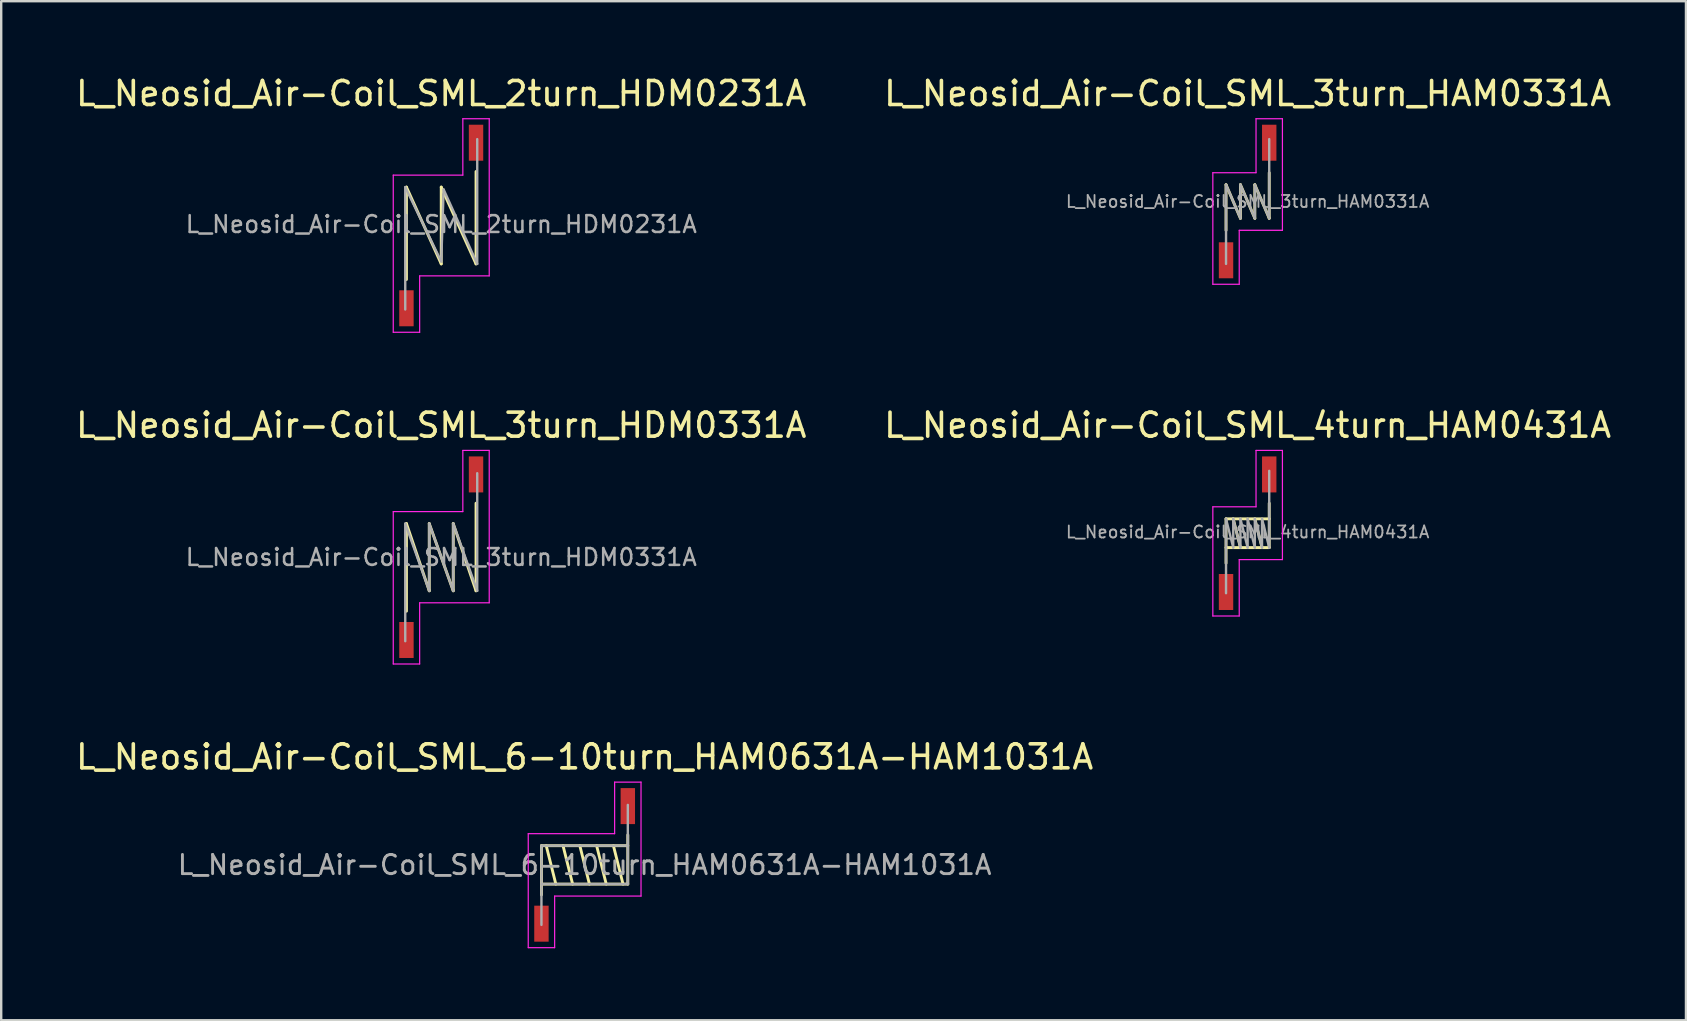
<source format=kicad_pcb>
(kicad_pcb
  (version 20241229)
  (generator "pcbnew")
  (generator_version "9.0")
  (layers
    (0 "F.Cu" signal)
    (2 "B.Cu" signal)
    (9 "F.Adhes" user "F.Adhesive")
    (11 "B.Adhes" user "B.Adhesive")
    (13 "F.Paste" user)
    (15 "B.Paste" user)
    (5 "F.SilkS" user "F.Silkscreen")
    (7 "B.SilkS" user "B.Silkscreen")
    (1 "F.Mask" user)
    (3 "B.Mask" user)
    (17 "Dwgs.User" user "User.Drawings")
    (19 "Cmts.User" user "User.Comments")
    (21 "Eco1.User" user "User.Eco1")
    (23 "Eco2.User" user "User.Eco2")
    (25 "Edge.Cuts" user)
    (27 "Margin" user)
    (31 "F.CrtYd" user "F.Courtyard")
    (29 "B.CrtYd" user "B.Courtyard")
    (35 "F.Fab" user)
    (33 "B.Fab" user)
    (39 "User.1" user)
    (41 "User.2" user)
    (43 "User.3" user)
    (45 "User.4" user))
  (footprint "L_Neosid_Air-Coil_SML_3turn_HAM0331A"
    (layer "F.Cu")
    (at 48.946 5.348)
    (property "Reference" "L_Neosid_Air-Coil_SML_3turn_HAM0331A" (at 0 -4.5 0) (layer "F.SilkS") (effects (font (size 1 1) (thickness 0.15))))
    (attr smd)
    (fp_line (start -0.9 -0.7) (end -0.3 0.7) (stroke (width 0.12) (type solid)) (layer "F.SilkS"))
    (fp_line (start -0.9 1.2) (end -0.9 -0.7) (stroke (width 0.12) (type solid)) (layer "F.SilkS"))
    (fp_line (start -0.3 -0.7) (end 0.3 0.7) (stroke (width 0.12) (type solid)) (layer "F.SilkS"))
    (fp_line (start -0.3 0.7) (end -0.3 -0.7) (stroke (width 0.12) (type solid)) (layer "F.SilkS"))
    (fp_line (start 0.3 -0.7) (end 0.9 0.7) (stroke (width 0.12) (type solid)) (layer "F.SilkS"))
    (fp_line (start 0.3 0.7) (end 0.3 -0.7) (stroke (width 0.12) (type solid)) (layer "F.SilkS"))
    (fp_line (start 0.9 -1.2) (end 0.9 0.7) (stroke (width 0.12) (type solid)) (layer "F.SilkS"))
    (fp_line (start -1.45 -1.2) (end -1.45 3.45) (stroke (width 0.05) (type solid)) (layer "F.CrtYd"))
    (fp_line (start -1.45 3.45) (end -0.35 3.45) (stroke (width 0.05) (type solid)) (layer "F.CrtYd"))
    (fp_line (start -0.35 1.2) (end 1.45 1.2) (stroke (width 0.05) (type solid)) (layer "F.CrtYd"))
    (fp_line (start -0.35 3.45) (end -0.35 1.2) (stroke (width 0.05) (type solid)) (layer "F.CrtYd"))
    (fp_line (start 0.35 -3.45) (end 0.35 -1.2) (stroke (width 0.05) (type solid)) (layer "F.CrtYd"))
    (fp_line (start 0.35 -1.2) (end -1.45 -1.2) (stroke (width 0.05) (type solid)) (layer "F.CrtYd"))
    (fp_line (start 1.45 -3.45) (end 0.35 -3.45) (stroke (width 0.05) (type solid)) (layer "F.CrtYd"))
    (fp_line (start 1.45 1.2) (end 1.45 -3.45) (stroke (width 0.05) (type solid)) (layer "F.CrtYd"))
    (fp_line (start -0.9 -0.7) (end -0.3 0.7) (stroke (width 0.1) (type solid)) (layer "F.Fab"))
    (fp_line (start -0.9 2.6) (end -0.9 -0.7) (stroke (width 0.1) (type solid)) (layer "F.Fab"))
    (fp_line (start -0.3 -0.7) (end 0.3 0.7) (stroke (width 0.1) (type solid)) (layer "F.Fab"))
    (fp_line (start -0.3 0.7) (end -0.3 -0.7) (stroke (width 0.1) (type solid)) (layer "F.Fab"))
    (fp_line (start 0.3 -0.7) (end 0.9 0.7) (stroke (width 0.1) (type solid)) (layer "F.Fab"))
    (fp_line (start 0.3 0.7) (end 0.3 -0.7) (stroke (width 0.1) (type solid)) (layer "F.Fab"))
    (fp_line (start 0.9 0.7) (end 0.9 -2.6) (stroke (width 0.1) (type solid)) (layer "F.Fab"))
    (fp_text user "${REFERENCE}" (at 0 0 0) (layer "F.Fab") (effects (font (size 0.5 0.5) (thickness 0.075))))
    (pad "1" smd rect (at -0.9 2.45) (size 0.6 1.5) (layers "F.Cu" "F.Mask" "F.Paste"))
    (pad "2" smd rect (at 0.9 -2.45) (size 0.6 1.5) (layers "F.Cu" "F.Mask" "F.Paste")))
  (footprint "L_Neosid_Air-Coil_SML_3turn_HDM0331A"
    (layer "F.Cu")
    (at 15.339 20.172)
    (property "Reference" "L_Neosid_Air-Coil_SML_3turn_HDM0331A" (at 0 -5.5 0) (layer "F.SilkS") (effects (font (size 1 1) (thickness 0.15))))
    (attr smd)
    (fp_line (start -1.45 -1.4) (end -1.45 2.25) (stroke (width 0.12) (type solid)) (layer "F.SilkS"))
    (fp_line (start -1.45 -1.4) (end -0.5 1.4) (stroke (width 0.12) (type solid)) (layer "F.SilkS"))
    (fp_line (start -0.5 -1.4) (end -0.5 1.4) (stroke (width 0.12) (type solid)) (layer "F.SilkS"))
    (fp_line (start -0.5 -1.4) (end 0.5 1.4) (stroke (width 0.12) (type solid)) (layer "F.SilkS"))
    (fp_line (start 0.5 -1.4) (end 0.5 1.4) (stroke (width 0.12) (type solid)) (layer "F.SilkS"))
    (fp_line (start 0.5 -1.4) (end 1.45 1.4) (stroke (width 0.12) (type solid)) (layer "F.SilkS"))
    (fp_line (start 1.45 1.4) (end 1.45 -2.25) (stroke (width 0.12) (type solid)) (layer "F.SilkS"))
    (fp_line (start -2 -1.9) (end -2 4.45) (stroke (width 0.05) (type solid)) (layer "F.CrtYd"))
    (fp_line (start -2 4.45) (end -0.9 4.45) (stroke (width 0.05) (type solid)) (layer "F.CrtYd"))
    (fp_line (start -0.9 1.9) (end 2 1.9) (stroke (width 0.05) (type solid)) (layer "F.CrtYd"))
    (fp_line (start -0.9 4.45) (end -0.9 1.9) (stroke (width 0.05) (type solid)) (layer "F.CrtYd"))
    (fp_line (start 0.9 -4.45) (end 0.9 -1.9) (stroke (width 0.05) (type solid)) (layer "F.CrtYd"))
    (fp_line (start 0.9 -1.9) (end -2 -1.9) (stroke (width 0.05) (type solid)) (layer "F.CrtYd"))
    (fp_line (start 2 -4.45) (end 0.9 -4.45) (stroke (width 0.05) (type solid)) (layer "F.CrtYd"))
    (fp_line (start 2 1.9) (end 2 -4.45) (stroke (width 0.05) (type solid)) (layer "F.CrtYd"))
    (fp_line (start -1.5 -1.4) (end -0.5 1.4) (stroke (width 0.1) (type solid)) (layer "F.Fab"))
    (fp_line (start -1.5 3.5) (end -1.5 -1.4) (stroke (width 0.1) (type solid)) (layer "F.Fab"))
    (fp_line (start -0.5 -1.4) (end 0.5 1.4) (stroke (width 0.1) (type solid)) (layer "F.Fab"))
    (fp_line (start -0.5 1.4) (end -0.5 -1.4) (stroke (width 0.1) (type solid)) (layer "F.Fab"))
    (fp_line (start 0.5 -1.4) (end 1.5 1.4) (stroke (width 0.1) (type solid)) (layer "F.Fab"))
    (fp_line (start 0.5 1.4) (end 0.5 -1.4) (stroke (width 0.1) (type solid)) (layer "F.Fab"))
    (fp_line (start 1.5 1.4) (end 1.5 -3.5) (stroke (width 0.1) (type solid)) (layer "F.Fab"))
    (fp_text user "${REFERENCE}" (at 0 0 0) (layer "F.Fab") (effects (font (size 0.7 0.7) (thickness 0.105))))
    (pad "1" smd rect (at -1.45 3.45) (size 0.6 1.5) (layers "F.Cu" "F.Mask" "F.Paste"))
    (pad "2" smd rect (at 1.45 -3.45) (size 0.6 1.5) (layers "F.Cu" "F.Mask" "F.Paste")))
  (footprint "L_Neosid_Air-Coil_SML_4turn_HAM0431A"
    (layer "F.Cu")
    (at 48.946 19.172)
    (property "Reference" "L_Neosid_Air-Coil_SML_4turn_HAM0431A" (at 0 -4.5 0) (layer "F.SilkS") (effects (font (size 1 1) (thickness 0.15))))
    (attr smd)
    (fp_line (start -0.9 -0.6) (end 0.9 -0.6) (stroke (width 0.12) (type solid)) (layer "F.SilkS"))
    (fp_line (start -0.9 1.25) (end -0.9 -0.6) (stroke (width 0.12) (type solid)) (layer "F.SilkS"))
    (fp_line (start -0.6 -0.6) (end -0.3 0.6) (stroke (width 0.12) (type solid)) (layer "F.SilkS"))
    (fp_line (start 0.3 -0.6) (end 0.6 0.6) (stroke (width 0.12) (type solid)) (layer "F.SilkS"))
    (fp_line (start 0.9 0.6) (end -0.9 0.6) (stroke (width 0.12) (type solid)) (layer "F.SilkS"))
    (fp_line (start 0.9 0.6) (end 0.9 -1.25) (stroke (width 0.12) (type solid)) (layer "F.SilkS"))
    (fp_line (start -1.45 -1.1) (end -1.45 3.45) (stroke (width 0.05) (type solid)) (layer "F.CrtYd"))
    (fp_line (start -1.45 3.45) (end -0.35 3.45) (stroke (width 0.05) (type solid)) (layer "F.CrtYd"))
    (fp_line (start -0.35 1.1) (end 1.45 1.1) (stroke (width 0.05) (type solid)) (layer "F.CrtYd"))
    (fp_line (start -0.35 3.45) (end -0.35 1.1) (stroke (width 0.05) (type solid)) (layer "F.CrtYd"))
    (fp_line (start 0.35 -3.45) (end 0.35 -1.1) (stroke (width 0.05) (type solid)) (layer "F.CrtYd"))
    (fp_line (start 0.35 -1.1) (end -1.45 -1.1) (stroke (width 0.05) (type solid)) (layer "F.CrtYd"))
    (fp_line (start 1.45 -3.45) (end 0.35 -3.45) (stroke (width 0.05) (type solid)) (layer "F.CrtYd"))
    (fp_line (start 1.45 1.1) (end 1.45 -3.45) (stroke (width 0.05) (type solid)) (layer "F.CrtYd"))
    (fp_line (start -0.9 -0.6) (end -0.6 0.6) (stroke (width 0.1) (type solid)) (layer "F.Fab"))
    (fp_line (start -0.9 2.5) (end -0.9 -0.6) (stroke (width 0.1) (type solid)) (layer "F.Fab"))
    (fp_line (start -0.6 -0.6) (end -0.3 0.6) (stroke (width 0.1) (type solid)) (layer "F.Fab"))
    (fp_line (start -0.6 0.6) (end -0.6 -0.6) (stroke (width 0.1) (type solid)) (layer "F.Fab"))
    (fp_line (start -0.3 -0.6) (end 0 0.6) (stroke (width 0.1) (type solid)) (layer "F.Fab"))
    (fp_line (start -0.3 0.6) (end -0.3 -0.6) (stroke (width 0.1) (type solid)) (layer "F.Fab"))
    (fp_line (start 0 0.6) (end 0 -0.6) (stroke (width 0.1) (type solid)) (layer "F.Fab"))
    (fp_line (start 0.3 -0.6) (end 0.3 0.6) (stroke (width 0.1) (type solid)) (layer "F.Fab"))
    (fp_line (start 0.3 -0.6) (end 0.6 0.6) (stroke (width 0.1) (type solid)) (layer "F.Fab"))
    (fp_line (start 0.3 0.6) (end 0 -0.6) (stroke (width 0.1) (type solid)) (layer "F.Fab"))
    (fp_line (start 0.6 -0.6) (end 0.9 0.6) (stroke (width 0.1) (type solid)) (layer "F.Fab"))
    (fp_line (start 0.6 0.6) (end 0.6 -0.6) (stroke (width 0.1) (type solid)) (layer "F.Fab"))
    (fp_line (start 0.9 0.6) (end 0.9 -2.6) (stroke (width 0.1) (type solid)) (layer "F.Fab"))
    (fp_text user "${REFERENCE}" (at 0 -0.05 0) (layer "F.Fab") (effects (font (size 0.5 0.5) (thickness 0.075))))
    (pad "1" smd rect (at -0.9 2.45) (size 0.6 1.5) (layers "F.Cu" "F.Mask" "F.Paste"))
    (pad "2" smd rect (at 0.9 -2.45) (size 0.6 1.5) (layers "F.Cu" "F.Mask" "F.Paste")))
  (footprint "L_Neosid_Air-Coil_SML_2turn_HDM0231A"
    (layer "F.Cu")
    (at 15.339 6.348)
    (property "Reference" "L_Neosid_Air-Coil_SML_2turn_HDM0231A" (at 0 -5.5 0) (layer "F.SilkS") (effects (font (size 1 1) (thickness 0.15))))
    (attr smd)
    (fp_line (start -1.45 -1.6) (end -1.45 2.25) (stroke (width 0.12) (type solid)) (layer "F.SilkS"))
    (fp_line (start -1.45 -1.6) (end 0 1.6) (stroke (width 0.12) (type solid)) (layer "F.SilkS"))
    (fp_line (start 0 -1.6) (end 0 1.6) (stroke (width 0.12) (type solid)) (layer "F.SilkS"))
    (fp_line (start 0 -1.6) (end 1.45 1.6) (stroke (width 0.12) (type solid)) (layer "F.SilkS"))
    (fp_line (start 1.45 1.6) (end 1.45 -2.25) (stroke (width 0.12) (type solid)) (layer "F.SilkS"))
    (fp_line (start -2 -2.1) (end -2 4.45) (stroke (width 0.05) (type solid)) (layer "F.CrtYd"))
    (fp_line (start -2 4.45) (end -0.9 4.45) (stroke (width 0.05) (type solid)) (layer "F.CrtYd"))
    (fp_line (start -0.9 2.1) (end 2 2.1) (stroke (width 0.05) (type solid)) (layer "F.CrtYd"))
    (fp_line (start -0.9 4.45) (end -0.9 2.1) (stroke (width 0.05) (type solid)) (layer "F.CrtYd"))
    (fp_line (start 0.9 -4.45) (end 0.9 -2.1) (stroke (width 0.05) (type solid)) (layer "F.CrtYd"))
    (fp_line (start 0.9 -2.1) (end -2 -2.1) (stroke (width 0.05) (type solid)) (layer "F.CrtYd"))
    (fp_line (start 2 -4.45) (end 0.9 -4.45) (stroke (width 0.05) (type solid)) (layer "F.CrtYd"))
    (fp_line (start 2 2.1) (end 2 -4.45) (stroke (width 0.05) (type solid)) (layer "F.CrtYd"))
    (fp_line (start -1.5 -1.6) (end 0 1.5) (stroke (width 0.1) (type solid)) (layer "F.Fab"))
    (fp_line (start -1.5 3.5) (end -1.5 -1.6) (stroke (width 0.1) (type solid)) (layer "F.Fab"))
    (fp_line (start 0 1.5) (end 0.1 -1.5) (stroke (width 0.1) (type solid)) (layer "F.Fab"))
    (fp_line (start 0.1 -1.5) (end 1.5 1.6) (stroke (width 0.1) (type solid)) (layer "F.Fab"))
    (fp_line (start 1.5 1.6) (end 1.5 -3.6) (stroke (width 0.1) (type solid)) (layer "F.Fab"))
    (fp_text user "${REFERENCE}" (at 0 -0.05 0) (layer "F.Fab") (effects (font (size 0.7 0.7) (thickness 0.105))))
    (pad "1" smd rect (at -1.45 3.45) (size 0.6 1.5) (layers "F.Cu" "F.Mask" "F.Paste"))
    (pad "2" smd rect (at 1.45 -3.45) (size 0.6 1.5) (layers "F.Cu" "F.Mask" "F.Paste")))
  (footprint "L_Neosid_Air-Coil_SML_6-10turn_HAM0631A-HAM1031A"
    (layer "F.Cu")
    (at 21.315 32.995)
    (property "Reference" "L_Neosid_Air-Coil_SML_6-10turn_HAM0631A-HAM1031A" (at 0 -4.5 0) (layer "F.SilkS") (effects (font (size 1 1) (thickness 0.15))))
    (attr smd)
    (fp_line (start -1.8 -0.8) (end -1.8 1.25) (stroke (width 0.12) (type solid)) (layer "F.SilkS"))
    (fp_line (start -1.8 -0.8) (end 1.8 -0.8) (stroke (width 0.12) (type solid)) (layer "F.SilkS"))
    (fp_line (start -1.6 -0.8) (end -1.2 0.8) (stroke (width 0.12) (type solid)) (layer "F.SilkS"))
    (fp_line (start -0.9 -0.8) (end -0.5 0.8) (stroke (width 0.12) (type solid)) (layer "F.SilkS"))
    (fp_line (start -0.2 -0.8) (end 0.2 0.8) (stroke (width 0.12) (type solid)) (layer "F.SilkS"))
    (fp_line (start 0.5 -0.8) (end 0.9 0.8) (stroke (width 0.12) (type solid)) (layer "F.SilkS"))
    (fp_line (start 1.2 -0.8) (end 1.6 0.8) (stroke (width 0.12) (type solid)) (layer "F.SilkS"))
    (fp_line (start 1.8 0.8) (end -1.8 0.8) (stroke (width 0.12) (type solid)) (layer "F.SilkS"))
    (fp_line (start 1.8 0.8) (end 1.8 -1.25) (stroke (width 0.12) (type solid)) (layer "F.SilkS"))
    (fp_line (start -2.35 -1.3) (end -2.35 3.45) (stroke (width 0.05) (type solid)) (layer "F.CrtYd"))
    (fp_line (start -2.35 3.45) (end -1.25 3.45) (stroke (width 0.05) (type solid)) (layer "F.CrtYd"))
    (fp_line (start -1.25 1.3) (end 2.35 1.3) (stroke (width 0.05) (type solid)) (layer "F.CrtYd"))
    (fp_line (start -1.25 3.45) (end -1.25 1.3) (stroke (width 0.05) (type solid)) (layer "F.CrtYd"))
    (fp_line (start 1.25 -3.45) (end 1.25 -1.3) (stroke (width 0.05) (type solid)) (layer "F.CrtYd"))
    (fp_line (start 1.25 -1.3) (end -2.35 -1.3) (stroke (width 0.05) (type solid)) (layer "F.CrtYd"))
    (fp_line (start 2.35 -3.45) (end 1.25 -3.45) (stroke (width 0.05) (type solid)) (layer "F.CrtYd"))
    (fp_line (start 2.35 1.3) (end 2.35 -3.45) (stroke (width 0.05) (type solid)) (layer "F.CrtYd"))
    (fp_line (start -1.8 -0.8) (end -1.8 2.5) (stroke (width 0.1) (type solid)) (layer "F.Fab"))
    (fp_line (start -1.8 -0.8) (end 1.8 -0.8) (stroke (width 0.1) (type solid)) (layer "F.Fab"))
    (fp_line (start 1.8 0.8) (end -1.8 0.8) (stroke (width 0.1) (type solid)) (layer "F.Fab"))
    (fp_line (start 1.8 0.8) (end 1.8 -2.5) (stroke (width 0.1) (type solid)) (layer "F.Fab"))
    (fp_text user "${REFERENCE}" (at 0 0 0) (layer "F.Fab") (effects (font (size 0.8 0.8) (thickness 0.12))))
    (pad "1" smd rect (at -1.8 2.45) (size 0.6 1.5) (layers "F.Cu" "F.Mask" "F.Paste"))
    (pad "2" smd rect (at 1.8 -2.45) (size 0.6 1.5) (layers "F.Cu" "F.Mask" "F.Paste")))
  (gr_rect
    (start -3 -3)
    (end 67.214 39.47)
    (stroke (width 0.1) (type default))
    (fill no)
    (layer "Edge.Cuts")))
</source>
